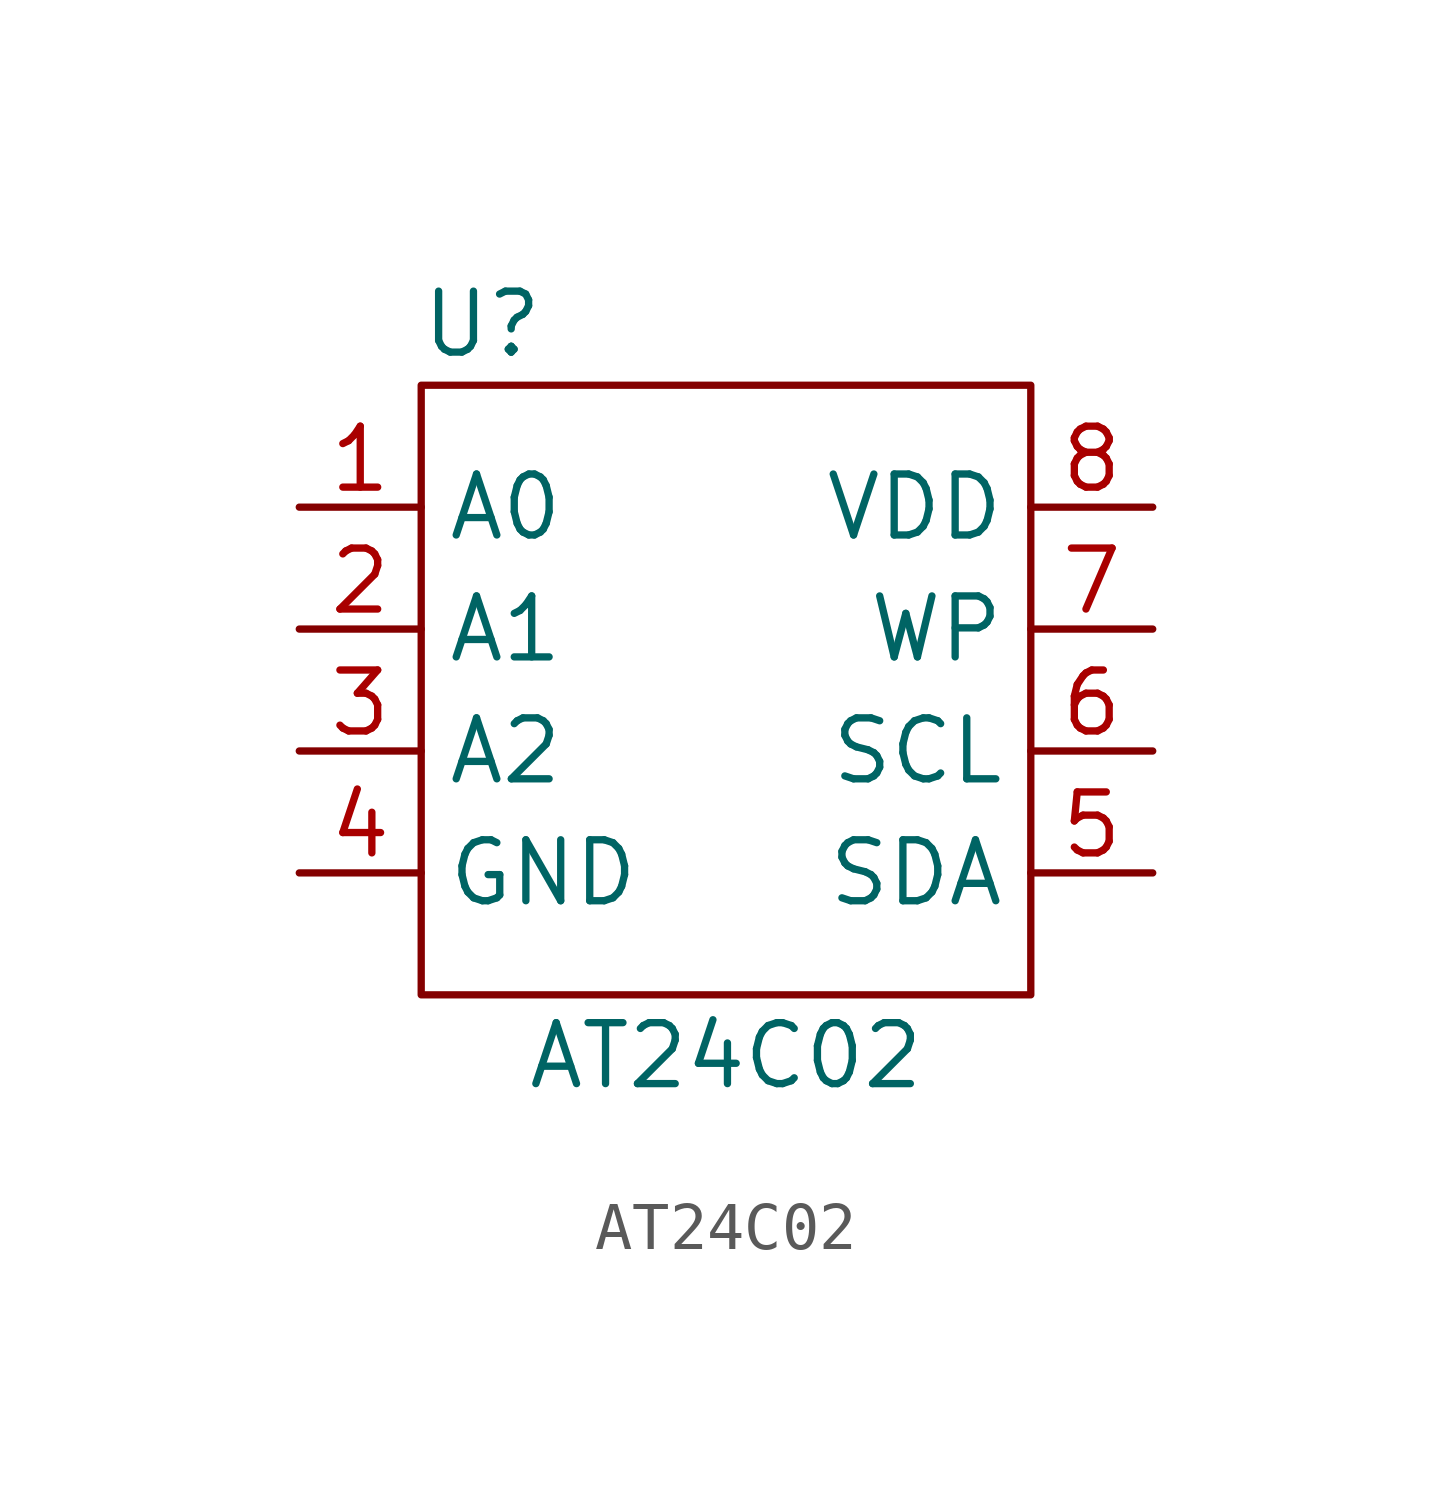
<source format=kicad_sym>
(kicad_symbol_lib
  (version 20211014)
  (generator kicad_symbol_editor)
  (symbol "AT24C02"
    (property "Reference" "U"
      (at 1.27 13.97 0)
      (effects (font (size 1.27 1.27))))
    (property "Value" "AT24C02"
      (at 6.35 -1.27 0)
      (effects (font (size 1.27 1.27))))
    (symbol "AT24C02_0_1"
      (rectangle (start 0 12.7) (end 12.7 0) (stroke (width 0) (type default) (color 0 0 0 0)) (fill (type none))))
    (symbol "AT24C02_1_1"
      (pin input line (at -2.54 10.16 0) (length 2.54) (name "A0" (effects (font (size 1.27 1.27)))) (number "1" (effects (font (size 1.27 1.27)))))
      (pin input line (at -2.54 7.62 0) (length 2.54) (name "A1" (effects (font (size 1.27 1.27)))) (number "2" (effects (font (size 1.27 1.27)))))
      (pin input line (at -2.54 5.08 0) (length 2.54) (name "A2" (effects (font (size 1.27 1.27)))) (number "3" (effects (font (size 1.27 1.27)))))
      (pin power_in line (at -2.54 2.54 0) (length 2.54) (name "GND" (effects (font (size 1.27 1.27)))) (number "4" (effects (font (size 1.27 1.27)))))
      (pin bidirectional line (at 15.24 2.54 180) (length 2.54) (name "SDA" (effects (font (size 1.27 1.27)))) (number "5" (effects (font (size 1.27 1.27)))))
      (pin input line (at 15.24 5.08 180) (length 2.54) (name "SCL" (effects (font (size 1.27 1.27)))) (number "6" (effects (font (size 1.27 1.27)))))
      (pin input line (at 15.24 7.62 180) (length 2.54) (name "WP" (effects (font (size 1.27 1.27)))) (number "7" (effects (font (size 1.27 1.27)))))
      (pin power_in line (at 15.24 10.16 180) (length 2.54) (name "VDD" (effects (font (size 1.27 1.27)))) (number "8" (effects (font (size 1.27 1.27))))))))
</source>
